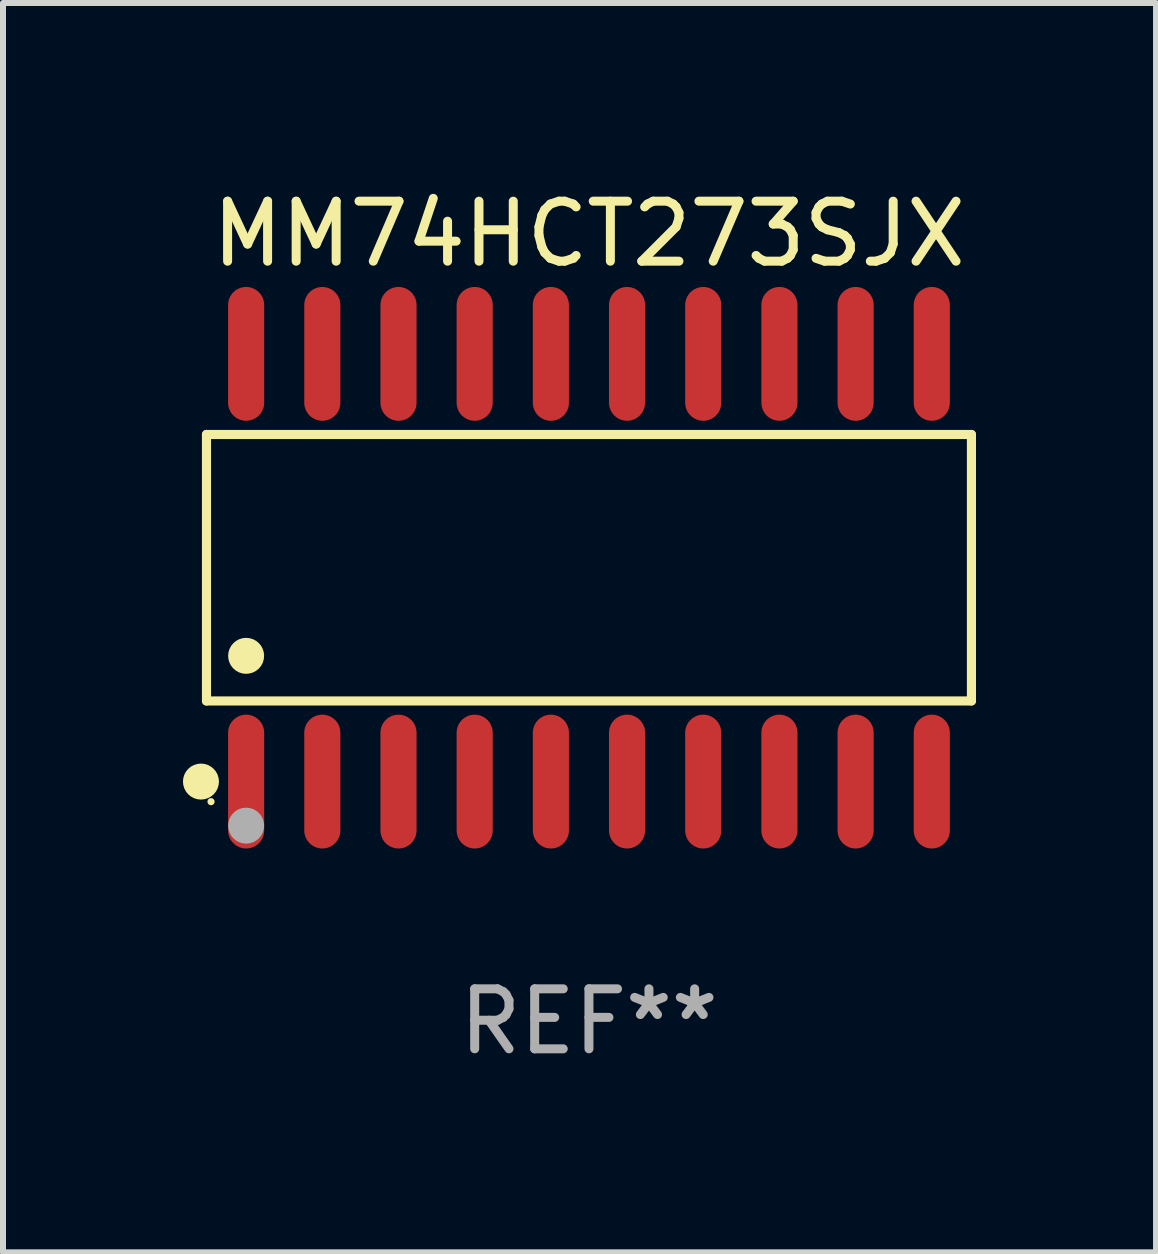
<source format=kicad_pcb>
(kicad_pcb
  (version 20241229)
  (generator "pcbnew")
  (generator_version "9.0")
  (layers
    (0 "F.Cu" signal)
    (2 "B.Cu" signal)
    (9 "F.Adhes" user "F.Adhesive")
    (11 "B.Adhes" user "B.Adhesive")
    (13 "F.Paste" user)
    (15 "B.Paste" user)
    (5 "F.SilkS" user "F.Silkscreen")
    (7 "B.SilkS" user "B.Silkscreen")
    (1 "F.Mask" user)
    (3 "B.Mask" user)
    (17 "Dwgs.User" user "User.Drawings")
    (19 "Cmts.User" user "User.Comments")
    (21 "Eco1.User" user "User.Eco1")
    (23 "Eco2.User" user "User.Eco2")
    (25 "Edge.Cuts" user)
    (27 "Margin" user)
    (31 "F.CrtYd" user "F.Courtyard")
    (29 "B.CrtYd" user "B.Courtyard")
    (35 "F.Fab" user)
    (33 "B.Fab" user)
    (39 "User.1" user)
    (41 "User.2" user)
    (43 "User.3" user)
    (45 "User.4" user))
  (footprint "MM74HCT273SJX"
    (layer "F.Cu")
    (at 6.768 6.414)
    (property "Reference" "MM74HCT273SJX" (at 0 -5.565 0) (layer "F.SilkS") (effects (font (size 1 1) (thickness 0.15))))
    (attr through_hole)
    (fp_line (start -6.376 -2.221) (end 6.376 -2.221) (stroke (width 0.152) (type solid)) (layer "F.SilkS"))
    (fp_line (start -6.376 2.221) (end -6.376 -2.221) (stroke (width 0.152) (type solid)) (layer "F.SilkS"))
    (fp_line (start 6.376 -2.221) (end 6.376 2.221) (stroke (width 0.152) (type solid)) (layer "F.SilkS"))
    (fp_line (start 6.376 2.221) (end -6.376 2.221) (stroke (width 0.152) (type solid)) (layer "F.SilkS"))
    (fp_circle (center -6.468 3.565) (end -6.318 3.565) (stroke (width 0.3) (type solid)) (fill no) (layer "F.SilkS"))
    (fp_circle (center -6.3 3.9) (end -6.27 3.9) (stroke (width 0.06) (type solid)) (fill no) (layer "F.SilkS"))
    (fp_circle (center -5.715 1.469) (end -5.565 1.469) (stroke (width 0.3) (type solid)) (fill no) (layer "F.SilkS"))
    (fp_circle (center -5.715 4.3) (end -5.565 4.3) (stroke (width 0.3) (type solid)) (fill no) (layer "F.Fab"))
    (fp_text user "REF**" (at 0 7.565 0) (layer "F.Fab") (effects (font (size 1 1) (thickness 0.15))))
    (pad "1" smd oval (at -5.715 3.565) (size 0.602 2.231) (layers "F.Cu" "F.Mask" "F.Paste"))
    (pad "2" smd oval (at -4.445 3.565) (size 0.602 2.231) (layers "F.Cu" "F.Mask" "F.Paste"))
    (pad "3" smd oval (at -3.175 3.565) (size 0.602 2.231) (layers "F.Cu" "F.Mask" "F.Paste"))
    (pad "4" smd oval (at -1.905 3.565) (size 0.602 2.231) (layers "F.Cu" "F.Mask" "F.Paste"))
    (pad "5" smd oval (at -0.635 3.565) (size 0.602 2.231) (layers "F.Cu" "F.Mask" "F.Paste"))
    (pad "6" smd oval (at 0.635 3.565) (size 0.602 2.231) (layers "F.Cu" "F.Mask" "F.Paste"))
    (pad "7" smd oval (at 1.905 3.565) (size 0.602 2.231) (layers "F.Cu" "F.Mask" "F.Paste"))
    (pad "8" smd oval (at 3.175 3.565) (size 0.602 2.231) (layers "F.Cu" "F.Mask" "F.Paste"))
    (pad "9" smd oval (at 4.445 3.565) (size 0.602 2.231) (layers "F.Cu" "F.Mask" "F.Paste"))
    (pad "10" smd oval (at 5.715 3.565) (size 0.602 2.231) (layers "F.Cu" "F.Mask" "F.Paste"))
    (pad "11" smd oval (at 5.715 -3.565) (size 0.602 2.231) (layers "F.Cu" "F.Mask" "F.Paste"))
    (pad "12" smd oval (at 4.445 -3.565) (size 0.602 2.231) (layers "F.Cu" "F.Mask" "F.Paste"))
    (pad "13" smd oval (at 3.175 -3.565) (size 0.602 2.231) (layers "F.Cu" "F.Mask" "F.Paste"))
    (pad "14" smd oval (at 1.905 -3.565) (size 0.602 2.231) (layers "F.Cu" "F.Mask" "F.Paste"))
    (pad "15" smd oval (at 0.635 -3.565) (size 0.602 2.231) (layers "F.Cu" "F.Mask" "F.Paste"))
    (pad "16" smd oval (at -0.635 -3.565) (size 0.602 2.231) (layers "F.Cu" "F.Mask" "F.Paste"))
    (pad "17" smd oval (at -1.905 -3.565) (size 0.602 2.231) (layers "F.Cu" "F.Mask" "F.Paste"))
    (pad "18" smd oval (at -3.175 -3.565) (size 0.602 2.231) (layers "F.Cu" "F.Mask" "F.Paste"))
    (pad "19" smd oval (at -4.445 -3.565) (size 0.602 2.231) (layers "F.Cu" "F.Mask" "F.Paste"))
    (pad "20" smd oval (at -5.715 -3.565) (size 0.602 2.231) (layers "F.Cu" "F.Mask" "F.Paste")))
  (gr_rect
    (start -3 -3)
    (end 16.221 17.827)
    (stroke (width 0.1) (type default))
    (fill no)
    (layer "Edge.Cuts")))
</source>
